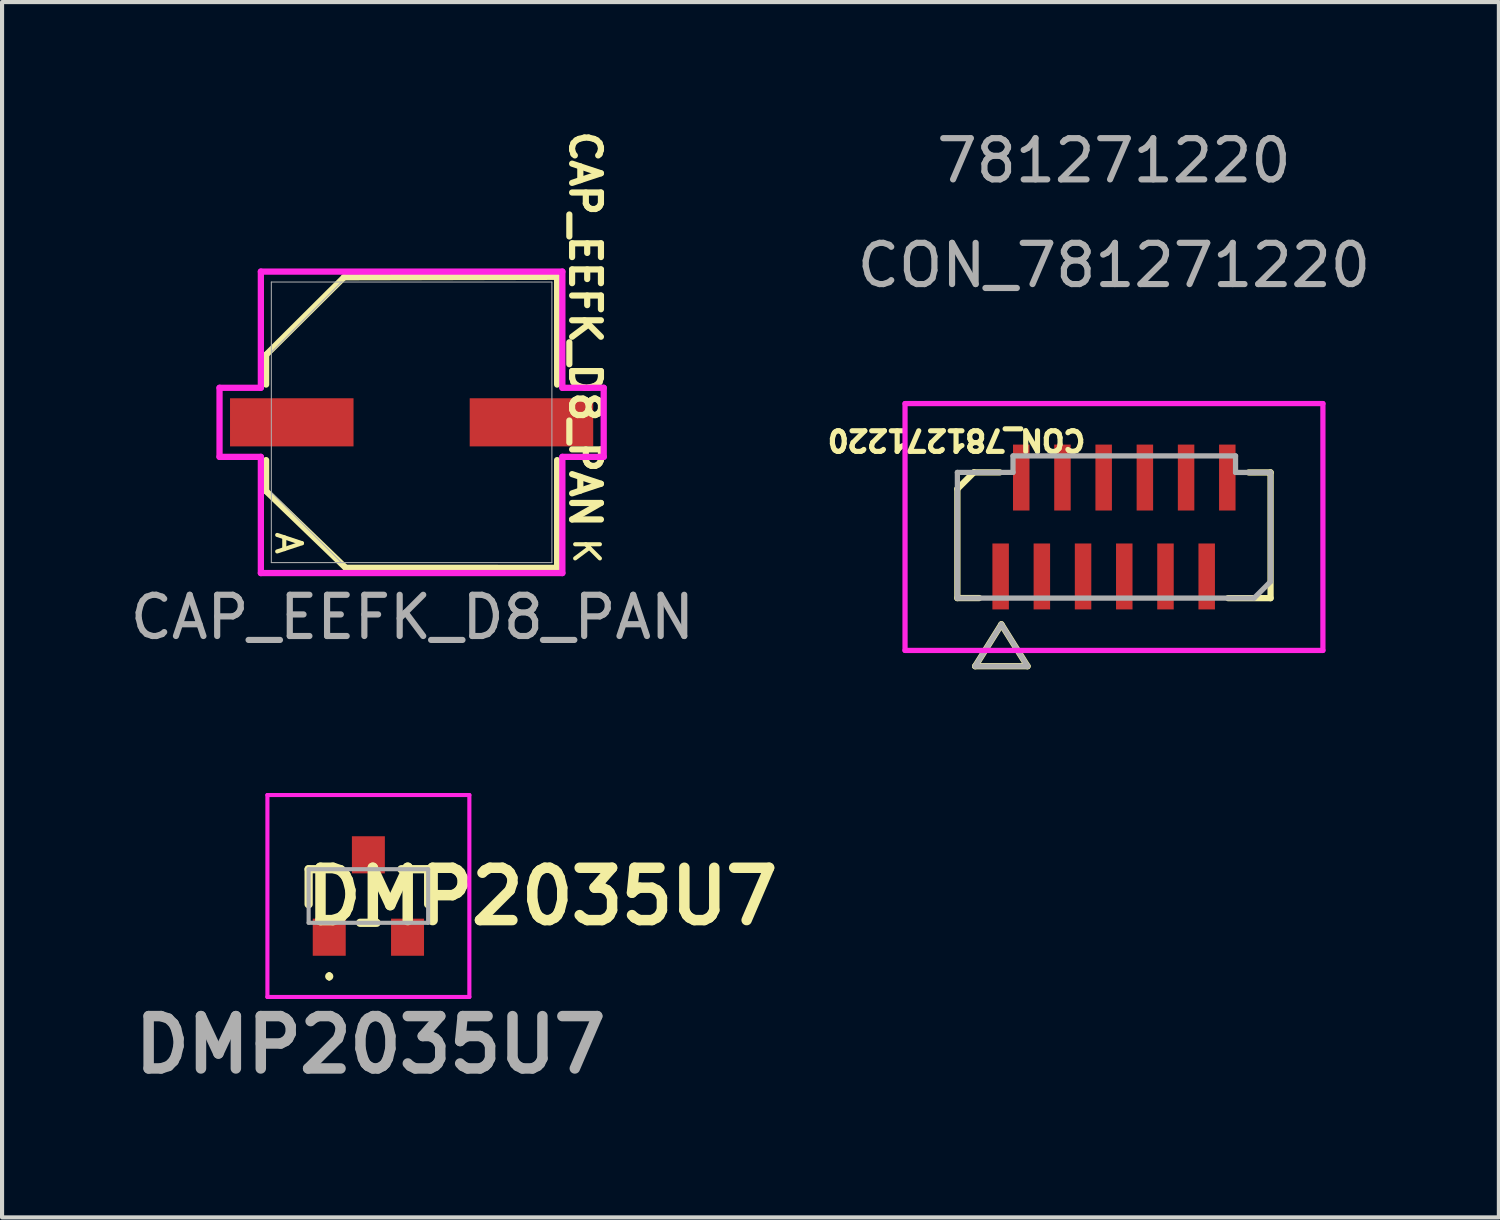
<source format=kicad_pcb>
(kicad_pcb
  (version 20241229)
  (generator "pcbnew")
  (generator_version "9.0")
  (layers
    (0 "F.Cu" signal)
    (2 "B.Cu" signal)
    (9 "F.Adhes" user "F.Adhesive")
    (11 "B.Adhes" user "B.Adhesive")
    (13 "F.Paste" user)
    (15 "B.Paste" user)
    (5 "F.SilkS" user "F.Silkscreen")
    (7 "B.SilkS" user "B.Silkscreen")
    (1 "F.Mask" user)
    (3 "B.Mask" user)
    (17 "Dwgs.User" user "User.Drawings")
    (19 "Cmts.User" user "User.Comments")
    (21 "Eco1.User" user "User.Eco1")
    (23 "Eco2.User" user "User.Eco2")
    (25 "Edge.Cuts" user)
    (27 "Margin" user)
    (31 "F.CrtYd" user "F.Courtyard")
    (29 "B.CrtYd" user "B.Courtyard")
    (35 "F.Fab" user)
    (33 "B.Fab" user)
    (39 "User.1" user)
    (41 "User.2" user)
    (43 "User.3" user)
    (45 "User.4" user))
  (footprint "DMP2035U7"
    (layer "F.Cu")
    (at 5.889 18.692)
    (property "Reference" "DMP2035U7" (at 4.22 0.01 0) (layer "F.SilkS") (effects (font (size 1.27 1.27) (thickness 0.254))))
    (attr smd)
    (fp_line (start -1.45 -0.65) (end -1.45 0.2) (stroke (width 0.2) (type solid)) (layer "F.SilkS"))
    (fp_line (start -0.95 1.9) (end -0.95 1.9) (stroke (width 0.1) (type solid)) (layer "F.SilkS"))
    (fp_line (start -0.95 2) (end -0.95 2) (stroke (width 0.1) (type solid)) (layer "F.SilkS"))
    (fp_line (start -0.8 -0.65) (end -1.45 -0.65) (stroke (width 0.2) (type solid)) (layer "F.SilkS"))
    (fp_line (start -0.2 0.65) (end 0.2 0.65) (stroke (width 0.2) (type solid)) (layer "F.SilkS"))
    (fp_line (start 0.8 -0.65) (end 1.45 -0.65) (stroke (width 0.2) (type solid)) (layer "F.SilkS"))
    (fp_line (start 1.45 -0.65) (end 1.45 0.2) (stroke (width 0.2) (type solid)) (layer "F.SilkS"))
    (fp_arc (start -0.95 1.9) (mid -0.9 1.95) (end -0.95 2) (stroke (width 0.1) (type solid)) (layer "F.SilkS"))
    (fp_arc (start -0.95 2) (mid -1 1.95) (end -0.95 1.9) (stroke (width 0.1) (type solid)) (layer "F.SilkS"))
    (fp_line (start -2.45 -2.45) (end 2.45 -2.45) (stroke (width 0.1) (type solid)) (layer "F.CrtYd"))
    (fp_line (start -2.45 2.45) (end -2.45 -2.45) (stroke (width 0.1) (type solid)) (layer "F.CrtYd"))
    (fp_line (start 2.45 -2.45) (end 2.45 2.45) (stroke (width 0.1) (type solid)) (layer "F.CrtYd"))
    (fp_line (start 2.45 2.45) (end -2.45 2.45) (stroke (width 0.1) (type solid)) (layer "F.CrtYd"))
    (fp_line (start -1.45 -0.65) (end -1.45 0.65) (stroke (width 0.1) (type solid)) (layer "F.Fab"))
    (fp_line (start -1.45 0.65) (end 1.45 0.65) (stroke (width 0.1) (type solid)) (layer "F.Fab"))
    (fp_line (start 1.45 -0.65) (end -1.45 -0.65) (stroke (width 0.1) (type solid)) (layer "F.Fab"))
    (fp_line (start 1.45 0.65) (end 1.45 -0.65) (stroke (width 0.1) (type solid)) (layer "F.Fab"))
    (fp_text user "${REFERENCE}" (at 0.05 3.61 0) (layer "F.Fab") (effects (font (size 1.27 1.27) (thickness 0.254))))
    (pad "1" smd rect (at -0.95 1) (size 0.8 0.9) (layers "F.Cu" "F.Mask" "F.Paste"))
    (pad "2" smd rect (at 0.95 1) (size 0.8 0.9) (layers "F.Cu" "F.Mask" "F.Paste"))
    (pad "3" smd rect (at 0 -1) (size 0.8 0.9) (layers "F.Cu" "F.Mask" "F.Paste")))
  (footprint "CAP_EEFK_D8_PAN"
    (layer "F.Cu")
    (at 6.938 7.198)
    (property "Reference" "CAP_EEFK_D8_PAN" (at 4.21 -2.26 270) (unlocked yes) (layer "F.SilkS") (effects (font (size 0.7 0.7) (thickness 0.15))))
    (attr smd)
    (fp_line (start -3.531 -0.917) (end -3.53 -1.64) (stroke (width 0.152) (type default)) (layer "F.SilkS"))
    (fp_line (start -3.531 0.917) (end -3.53 1.67) (stroke (width 0.152) (type default)) (layer "F.SilkS"))
    (fp_line (start -3.53 -1.64) (end -1.64 -3.52) (stroke (width 0.152) (type default)) (layer "F.SilkS"))
    (fp_line (start -3.53 1.67) (end -1.6 3.53) (stroke (width 0.152) (type default)) (layer "F.SilkS"))
    (fp_line (start 3.531 -3.531) (end -1.64 -3.52) (stroke (width 0.152) (type default)) (layer "F.SilkS"))
    (fp_line (start 3.531 -0.917) (end 3.531 -3.531) (stroke (width 0.152) (type solid)) (layer "F.SilkS"))
    (fp_line (start 3.531 3.531) (end -1.6 3.53) (stroke (width 0.152) (type default)) (layer "F.SilkS"))
    (fp_line (start 3.531 3.531) (end 3.531 0.917) (stroke (width 0.152) (type solid)) (layer "F.SilkS"))
    (fp_line (start -4.661 -0.838) (end -3.658 -0.838) (stroke (width 0.152) (type solid)) (layer "F.CrtYd"))
    (fp_line (start -4.661 0.838) (end -4.661 -0.838) (stroke (width 0.152) (type solid)) (layer "F.CrtYd"))
    (fp_line (start -3.658 -3.658) (end 3.658 -3.658) (stroke (width 0.152) (type solid)) (layer "F.CrtYd"))
    (fp_line (start -3.658 -0.838) (end -3.658 -3.658) (stroke (width 0.152) (type solid)) (layer "F.CrtYd"))
    (fp_line (start -3.658 0.838) (end -4.661 0.838) (stroke (width 0.152) (type solid)) (layer "F.CrtYd"))
    (fp_line (start -3.658 3.658) (end -3.658 0.838) (stroke (width 0.152) (type solid)) (layer "F.CrtYd"))
    (fp_line (start 3.658 -3.658) (end 3.658 -0.838) (stroke (width 0.152) (type solid)) (layer "F.CrtYd"))
    (fp_line (start 3.658 -0.838) (end 4.661 -0.838) (stroke (width 0.152) (type solid)) (layer "F.CrtYd"))
    (fp_line (start 3.658 0.838) (end 3.658 3.658) (stroke (width 0.152) (type solid)) (layer "F.CrtYd"))
    (fp_line (start 3.658 3.658) (end -3.658 3.658) (stroke (width 0.152) (type solid)) (layer "F.CrtYd"))
    (fp_line (start 4.661 -0.838) (end 4.661 0.838) (stroke (width 0.152) (type solid)) (layer "F.CrtYd"))
    (fp_line (start 4.661 0.838) (end 3.658 0.838) (stroke (width 0.152) (type solid)) (layer "F.CrtYd"))
    (fp_line (start -3.404 -3.404) (end -3.404 3.404) (stroke (width 0.025) (type solid)) (layer "F.Fab"))
    (fp_line (start -3.404 -1.702) (end -1.702 -3.404) (stroke (width 0.025) (type solid)) (layer "F.Fab"))
    (fp_line (start -3.404 1.702) (end -1.702 3.404) (stroke (width 0.025) (type solid)) (layer "F.Fab"))
    (fp_line (start -3.404 3.404) (end 3.404 3.404) (stroke (width 0.025) (type solid)) (layer "F.Fab"))
    (fp_line (start 3.404 -3.404) (end -3.404 -3.404) (stroke (width 0.025) (type solid)) (layer "F.Fab"))
    (fp_line (start 3.404 3.404) (end 3.404 -3.404) (stroke (width 0.025) (type solid)) (layer "F.Fab"))
    (fp_text user "K" (at 3.89 2.75 270) (unlocked yes) (layer "F.SilkS") (effects (font (size 0.6 0.6) (thickness 0.1)) (justify left bottom)))
    (fp_text user "A" (at -3.34 2.61 270) (unlocked yes) (layer "F.SilkS") (effects (font (size 0.6 0.6) (thickness 0.1)) (justify left bottom)))
    (fp_text user "${REFERENCE}" (at 0.02 4.73 0) (unlocked yes) (layer "F.Fab") (effects (font (size 1 1) (thickness 0.15))))
    (pad "1" smd rect (at -2.908 0) (size 2.997 1.168) (layers "F.Cu" "F.Mask" "F.Paste"))
    (pad "2" smd rect (at 2.908 0) (size 2.997 1.168) (layers "F.Cu" "F.Mask" "F.Paste"))
    (zone (net_name "") (layer "F.Cu") (hatch full 0.508) (connect_pads) (min_thickness 0.254) (filled_areas_thickness no) (keepout (tracks not_allowed) (vias not_allowed) (pads allowed) (copperpour not_allowed) (footprints allowed)) (placement (enabled no)) (fill) (polygon (pts (xy 3.586 3.846) (xy 10.291 3.846) (xy 10.291 6.563) (xy 3.586 6.563))))
    (zone (net_name "") (layer "F.Cu") (hatch full 0.508) (connect_pads) (min_thickness 0.254) (filled_areas_thickness no) (keepout (tracks not_allowed) (vias not_allowed) (pads allowed) (copperpour not_allowed) (footprints allowed)) (placement (enabled no)) (fill) (polygon (pts (xy 3.586 7.833) (xy 10.291 7.833) (xy 10.291 10.551) (xy 3.586 10.551))))
    (zone (net_name "") (layer "F.Cu") (hatch full 0.508) (connect_pads) (min_thickness 0.254) (filled_areas_thickness no) (keepout (tracks not_allowed) (vias not_allowed) (pads allowed) (copperpour not_allowed) (footprints allowed)) (placement (enabled no)) (fill) (polygon (pts (xy 5.579 6.563) (xy 8.297 6.563) (xy 8.297 7.833) (xy 5.579 7.833)))))
  (footprint "CON_781271220"
    (layer "F.Cu")
    (at 23.981 9.738)
    (property "Reference" "CON_781271220" (at -3.82 -2.11 180) (unlocked yes) (layer "F.SilkS") (effects (font (size 0.5 0.5) (thickness 0.125))))
    (attr smd)
    (fp_line (start -3.8 -0.925) (end -3.4 -1.325) (stroke (width 0.152) (type solid)) (layer "F.SilkS"))
    (fp_line (start -3.8 1.725) (end -3.8 -0.925) (stroke (width 0.152) (type solid)) (layer "F.SilkS"))
    (fp_line (start -3.4 -1.325) (end -2.77 -1.325) (stroke (width 0.152) (type solid)) (layer "F.SilkS"))
    (fp_line (start -3.368 3.378) (end -2.732 2.362) (stroke (width 0.152) (type solid)) (layer "F.SilkS"))
    (fp_line (start -3.27 1.724) (end -3.8 1.725) (stroke (width 0.152) (type solid)) (layer "F.SilkS"))
    (fp_line (start -2.098 3.378) (end -3.368 3.378) (stroke (width 0.152) (type solid)) (layer "F.SilkS"))
    (fp_line (start -2.098 3.378) (end -2.732 2.362) (stroke (width 0.152) (type solid)) (layer "F.SilkS"))
    (fp_line (start 3.27 -1.324) (end 3.8 -1.324) (stroke (width 0.152) (type solid)) (layer "F.SilkS"))
    (fp_line (start 3.8 -1.324) (end 3.8 1.726) (stroke (width 0.152) (type solid)) (layer "F.SilkS"))
    (fp_line (start 3.8 1.726) (end 2.77 1.726) (stroke (width 0.152) (type solid)) (layer "F.SilkS"))
    (fp_line (start -5.07 -2.995) (end -5.07 2.995) (stroke (width 0.127) (type solid)) (layer "F.CrtYd"))
    (fp_line (start -5.07 2.995) (end 5.07 2.995) (stroke (width 0.127) (type solid)) (layer "F.CrtYd"))
    (fp_line (start 5.07 -2.995) (end -5.07 -2.995) (stroke (width 0.127) (type solid)) (layer "F.CrtYd"))
    (fp_line (start 5.07 2.995) (end 5.07 -2.995) (stroke (width 0.127) (type solid)) (layer "F.CrtYd"))
    (fp_line (start -3.8 -1.325) (end -2.45 -1.325) (stroke (width 0.127) (type solid)) (layer "F.Fab"))
    (fp_line (start -3.8 1.725) (end -3.8 -1.325) (stroke (width 0.127) (type solid)) (layer "F.Fab"))
    (fp_line (start -3.368 3.378) (end -2.732 2.362) (stroke (width 0.127) (type solid)) (layer "F.Fab"))
    (fp_line (start -2.45 -1.725) (end 2.95 -1.725) (stroke (width 0.127) (type solid)) (layer "F.Fab"))
    (fp_line (start -2.45 -1.325) (end -2.45 -1.725) (stroke (width 0.127) (type solid)) (layer "F.Fab"))
    (fp_line (start -2.098 3.378) (end -3.368 3.378) (stroke (width 0.127) (type solid)) (layer "F.Fab"))
    (fp_line (start -2.098 3.378) (end -2.732 2.362) (stroke (width 0.127) (type solid)) (layer "F.Fab"))
    (fp_line (start 2.95 -1.725) (end 2.95 -1.325) (stroke (width 0.127) (type solid)) (layer "F.Fab"))
    (fp_line (start 2.95 -1.324) (end 3.8 -1.325) (stroke (width 0.127) (type solid)) (layer "F.Fab"))
    (fp_line (start 3.4 1.725) (end -3.8 1.725) (stroke (width 0.127) (type solid)) (layer "F.Fab"))
    (fp_line (start 3.8 -1.325) (end 3.8 1.325) (stroke (width 0.127) (type solid)) (layer "F.Fab"))
    (fp_line (start 3.8 1.325) (end 3.4 1.725) (stroke (width 0.127) (type solid)) (layer "F.Fab"))
    (fp_text user "${REFERENCE}" (at 0 -6.35 0) (unlocked yes) (layer "F.Fab") (effects (font (size 1 1) (thickness 0.15))))
    (fp_text user "781271220" (at 0 -8.89 0) (unlocked yes) (layer "F.Fab") (effects (font (size 1 1) (thickness 0.15))))
    (pad "1" smd rect (at -2.75 1.2) (size 0.4 1.6) (layers "F.Cu" "F.Mask" "F.Paste"))
    (pad "2" smd rect (at -2.25 -1.2) (size 0.4 1.6) (layers "F.Cu" "F.Mask" "F.Paste"))
    (pad "3" smd rect (at -1.75 1.2) (size 0.4 1.6) (layers "F.Cu" "F.Mask" "F.Paste"))
    (pad "4" smd rect (at -1.25 -1.2) (size 0.4 1.6) (layers "F.Cu" "F.Mask" "F.Paste"))
    (pad "5" smd rect (at -0.75 1.2) (size 0.4 1.6) (layers "F.Cu" "F.Mask" "F.Paste"))
    (pad "6" smd rect (at -0.25 -1.2) (size 0.4 1.6) (layers "F.Cu" "F.Mask" "F.Paste"))
    (pad "7" smd rect (at 0.25 1.2) (size 0.4 1.6) (layers "F.Cu" "F.Mask" "F.Paste"))
    (pad "8" smd rect (at 0.75 -1.2) (size 0.4 1.6) (layers "F.Cu" "F.Mask" "F.Paste"))
    (pad "9" smd rect (at 1.25 1.2) (size 0.4 1.6) (layers "F.Cu" "F.Mask" "F.Paste"))
    (pad "10" smd rect (at 1.75 -1.2) (size 0.4 1.6) (layers "F.Cu" "F.Mask" "F.Paste"))
    (pad "11" smd rect (at 2.25 1.2) (size 0.4 1.6) (layers "F.Cu" "F.Mask" "F.Paste"))
    (pad "12" smd rect (at 2.75 -1.2) (size 0.4 1.6) (layers "F.Cu" "F.Mask" "F.Paste")))
  (gr_rect
    (start -3 -3)
    (end 33.321 26.491)
    (stroke (width 0.1) (type default))
    (fill no)
    (layer "Edge.Cuts")))
</source>
